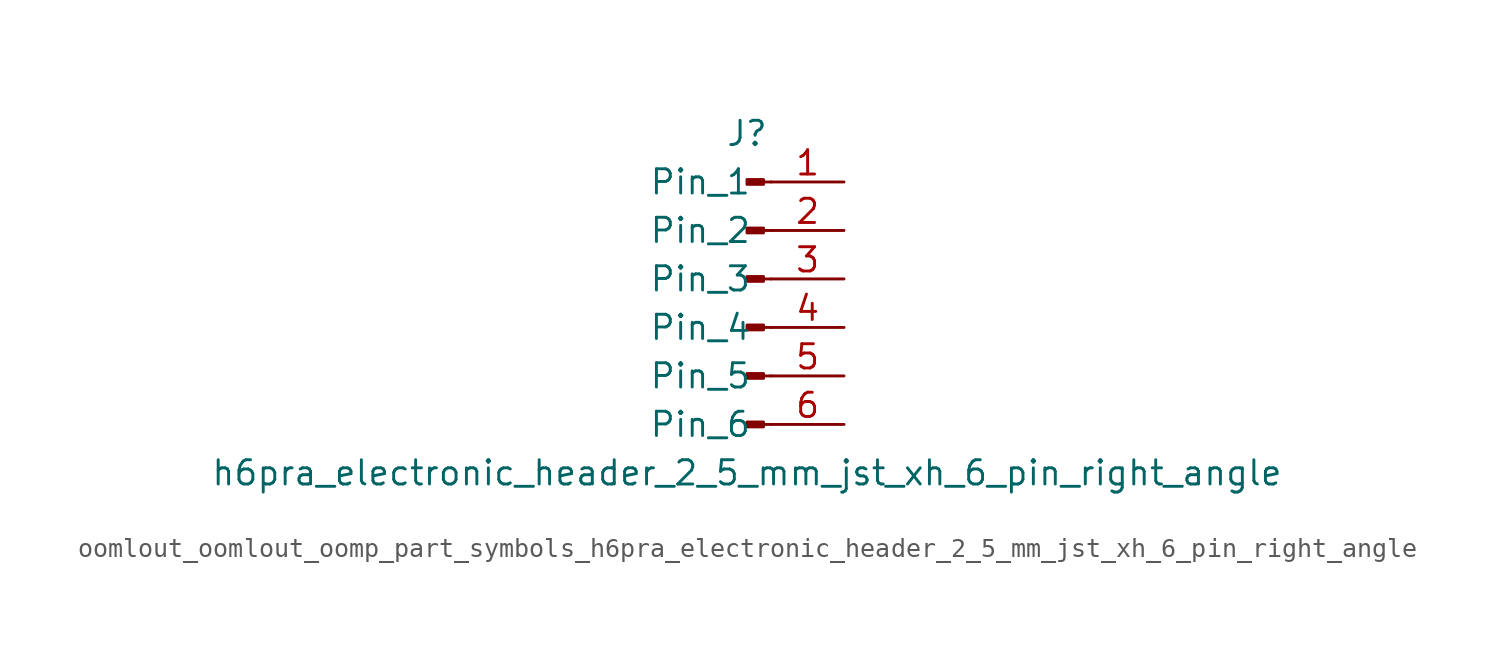
<source format=kicad_sym>
(kicad_symbol_lib
  (version 20220914)
  (generator kicad_symbol_editor)
  (symbol "oomlout_oomlout_oomp_part_symbols_h6pra_electronic_header_2_5_mm_jst_xh_6_pin_right_angle"
    (pin_names
      (offset 1.016))
    (property "Reference" "J"
      (at 0 7.62 0)
      (effects (font (size 1.27 1.27))))
    (property "Value" "h6pra_electronic_header_2_5_mm_jst_xh_6_pin_right_angle"
      (at 0 -10.16 0)
      (effects (font (size 1.27 1.27))))
    (property "ki_locked" ""
      (at 0 0 0)
      (effects (font (size 1.27 1.27))))
    (symbol "oomlout_oomlout_oomp_part_symbols_h6pra_electronic_header_2_5_mm_jst_xh_6_pin_right_angle_1_1"
      (polyline (pts (xy 1.27 -7.62) (xy 0.864 -7.62)) (stroke (width 0.152) (type default)) (fill (type none)))
      (polyline (pts (xy 1.27 -5.08) (xy 0.864 -5.08)) (stroke (width 0.152) (type default)) (fill (type none)))
      (polyline (pts (xy 1.27 -2.54) (xy 0.864 -2.54)) (stroke (width 0.152) (type default)) (fill (type none)))
      (polyline (pts (xy 1.27 0) (xy 0.864 0)) (stroke (width 0.152) (type default)) (fill (type none)))
      (polyline (pts (xy 1.27 2.54) (xy 0.864 2.54)) (stroke (width 0.152) (type default)) (fill (type none)))
      (polyline (pts (xy 1.27 5.08) (xy 0.864 5.08)) (stroke (width 0.152) (type default)) (fill (type none)))
      (rectangle (start 0.864 -7.493) (end 0 -7.747) (stroke (width 0.152) (type default)) (fill (type outline)))
      (rectangle (start 0.864 -4.953) (end 0 -5.207) (stroke (width 0.152) (type default)) (fill (type outline)))
      (rectangle (start 0.864 -2.413) (end 0 -2.667) (stroke (width 0.152) (type default)) (fill (type outline)))
      (rectangle (start 0.864 0.127) (end 0 -0.127) (stroke (width 0.152) (type default)) (fill (type outline)))
      (rectangle (start 0.864 2.667) (end 0 2.413) (stroke (width 0.152) (type default)) (fill (type outline)))
      (rectangle (start 0.864 5.207) (end 0 4.953) (stroke (width 0.152) (type default)) (fill (type outline)))
      (pin passive line (at 5.08 5.08 180) (length 3.81) (name "Pin_1" (effects (font (size 1.27 1.27)))) (number "1" (effects (font (size 1.27 1.27)))))
      (pin passive line (at 5.08 2.54 180) (length 3.81) (name "Pin_2" (effects (font (size 1.27 1.27)))) (number "2" (effects (font (size 1.27 1.27)))))
      (pin passive line (at 5.08 0 180) (length 3.81) (name "Pin_3" (effects (font (size 1.27 1.27)))) (number "3" (effects (font (size 1.27 1.27)))))
      (pin passive line (at 5.08 -2.54 180) (length 3.81) (name "Pin_4" (effects (font (size 1.27 1.27)))) (number "4" (effects (font (size 1.27 1.27)))))
      (pin passive line (at 5.08 -5.08 180) (length 3.81) (name "Pin_5" (effects (font (size 1.27 1.27)))) (number "5" (effects (font (size 1.27 1.27)))))
      (pin passive line (at 5.08 -7.62 180) (length 3.81) (name "Pin_6" (effects (font (size 1.27 1.27)))) (number "6" (effects (font (size 1.27 1.27))))))))
</source>
